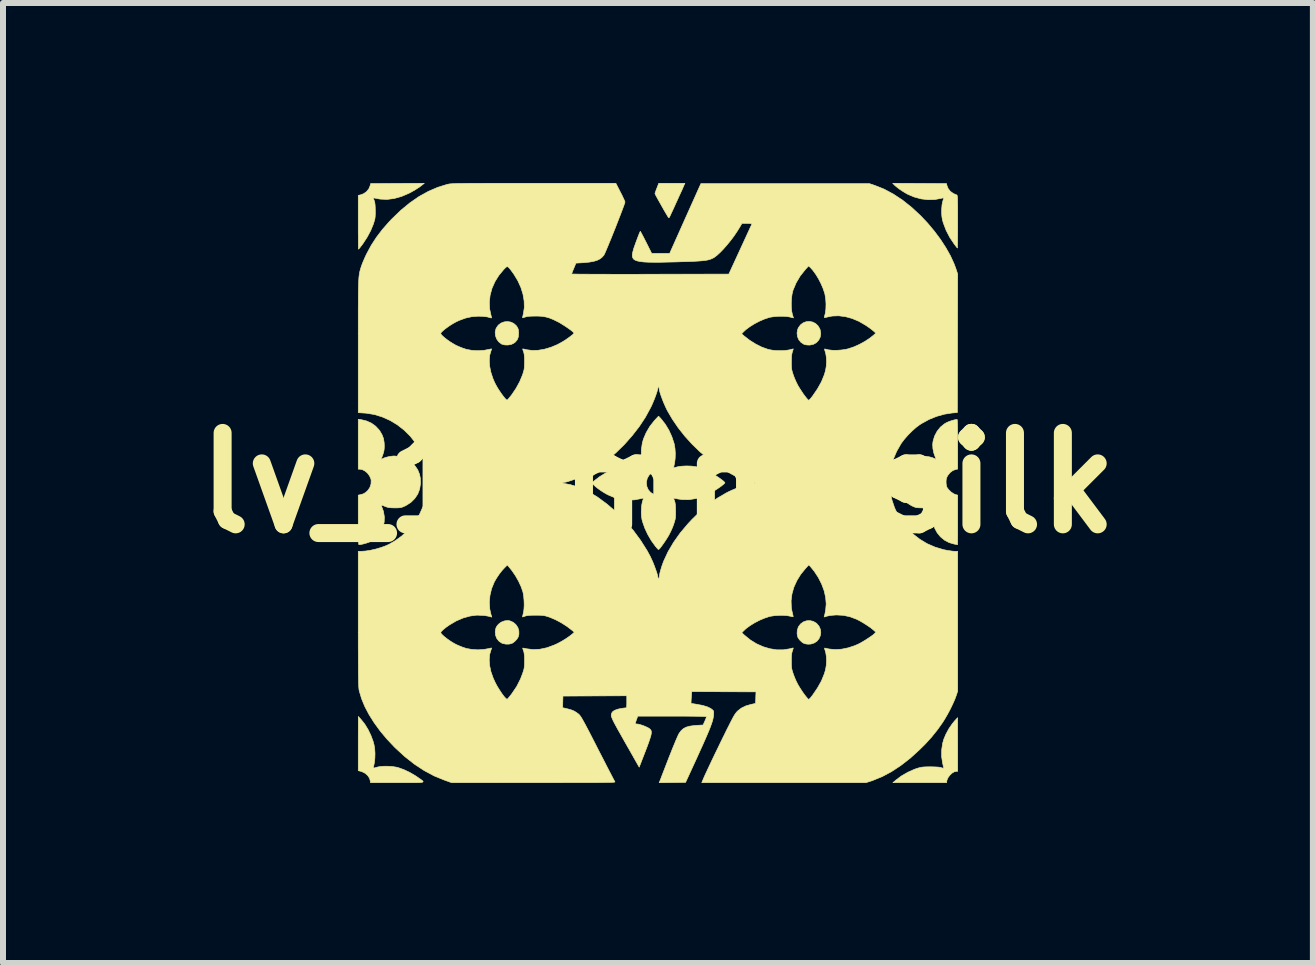
<source format=kicad_pcb>
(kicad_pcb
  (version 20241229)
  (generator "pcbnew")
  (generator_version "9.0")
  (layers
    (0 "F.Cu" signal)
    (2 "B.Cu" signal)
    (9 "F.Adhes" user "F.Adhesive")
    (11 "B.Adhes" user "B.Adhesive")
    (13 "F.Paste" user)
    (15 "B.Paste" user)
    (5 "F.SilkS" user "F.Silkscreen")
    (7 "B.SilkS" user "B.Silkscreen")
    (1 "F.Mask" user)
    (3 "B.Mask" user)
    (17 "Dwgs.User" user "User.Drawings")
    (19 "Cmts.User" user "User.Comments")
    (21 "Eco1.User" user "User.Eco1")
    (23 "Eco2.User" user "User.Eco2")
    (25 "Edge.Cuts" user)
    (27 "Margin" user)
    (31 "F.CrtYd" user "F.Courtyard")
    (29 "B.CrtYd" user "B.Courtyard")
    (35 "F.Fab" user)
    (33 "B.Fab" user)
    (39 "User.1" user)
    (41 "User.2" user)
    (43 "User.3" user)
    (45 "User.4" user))
  (footprint "lv_10mm_silk"
    (layer "F.Cu")
    (at 7.918 5.001)
    (property "Reference" "lv_10mm_silk" (at 0 0 0) (layer "F.SilkS") (effects (font (size 1.524 1.524) (thickness 0.3))))
    (attr through_hole)
    (fp_poly (pts (xy -2.471 2.297) (xy -2.414 2.322) (xy -2.369 2.36) (xy -2.336 2.409) (xy -2.319 2.464) (xy -2.318 2.522) (xy -2.329 2.565) (xy -2.349 2.6) (xy -2.381 2.635) (xy -2.417 2.664) (xy -2.435 2.674) (xy -2.482 2.686) (xy -2.536 2.686) (xy -2.588 2.675) (xy -2.604 2.669) (xy -2.651 2.637) (xy -2.686 2.593) (xy -2.707 2.54) (xy -2.713 2.483) (xy -2.704 2.425) (xy -2.692 2.397) (xy -2.66 2.355) (xy -2.615 2.321) (xy -2.563 2.3) (xy -2.508 2.292) (xy -2.471 2.297)) (stroke (width 0.01) (type solid)) (fill yes) (layer "F.SilkS"))
    (fp_poly (pts (xy 2.577 -2.683) (xy 2.626 -2.659) (xy 2.666 -2.622) (xy 2.696 -2.573) (xy 2.704 -2.551) (xy 2.713 -2.489) (xy 2.704 -2.431) (xy 2.679 -2.381) (xy 2.641 -2.34) (xy 2.592 -2.312) (xy 2.533 -2.299) (xy 2.516 -2.299) (xy 2.479 -2.301) (xy 2.445 -2.308) (xy 2.433 -2.312) (xy 2.384 -2.344) (xy 2.347 -2.388) (xy 2.325 -2.441) (xy 2.318 -2.499) (xy 2.328 -2.557) (xy 2.341 -2.589) (xy 2.377 -2.637) (xy 2.421 -2.67) (xy 2.472 -2.689) (xy 2.525 -2.693) (xy 2.577 -2.683)) (stroke (width 0.01) (type solid)) (fill yes) (layer "F.SilkS"))
    (fp_poly (pts (xy -2.456 -2.683) (xy -2.405 -2.66) (xy -2.362 -2.622) (xy -2.351 -2.606) (xy -2.336 -2.58) (xy -2.327 -2.555) (xy -2.324 -2.523) (xy -2.323 -2.493) (xy -2.328 -2.434) (xy -2.345 -2.389) (xy -2.376 -2.351) (xy -2.406 -2.328) (xy -2.448 -2.309) (xy -2.499 -2.3) (xy -2.552 -2.301) (xy -2.599 -2.313) (xy -2.61 -2.318) (xy -2.656 -2.354) (xy -2.689 -2.401) (xy -2.709 -2.456) (xy -2.714 -2.514) (xy -2.701 -2.57) (xy -2.695 -2.583) (xy -2.662 -2.631) (xy -2.617 -2.665) (xy -2.565 -2.685) (xy -2.51 -2.691) (xy -2.456 -2.683)) (stroke (width 0.01) (type solid)) (fill yes) (layer "F.SilkS"))
    (fp_poly (pts (xy 2.589 2.307) (xy 2.64 2.337) (xy 2.645 2.341) (xy 2.684 2.387) (xy 2.707 2.439) (xy 2.714 2.492) (xy 2.706 2.545) (xy 2.685 2.594) (xy 2.652 2.635) (xy 2.607 2.666) (xy 2.552 2.684) (xy 2.513 2.687) (xy 2.477 2.685) (xy 2.444 2.677) (xy 2.433 2.674) (xy 2.399 2.652) (xy 2.365 2.62) (xy 2.338 2.584) (xy 2.329 2.565) (xy 2.319 2.514) (xy 2.322 2.457) (xy 2.338 2.405) (xy 2.341 2.397) (xy 2.377 2.35) (xy 2.423 2.316) (xy 2.477 2.297) (xy 2.533 2.294) (xy 2.589 2.307)) (stroke (width 0.01) (type solid)) (fill yes) (layer "F.SilkS"))
    (fp_poly (pts (xy 0.43 -4.954) (xy 0.419 -4.928) (xy 0.402 -4.889) (xy 0.38 -4.841) (xy 0.354 -4.785) (xy 0.327 -4.725) (xy 0.299 -4.664) (xy 0.272 -4.604) (xy 0.247 -4.549) (xy 0.224 -4.501) (xy 0.207 -4.463) (xy 0.195 -4.438) (xy 0.191 -4.429) (xy 0.182 -4.42) (xy 0.173 -4.428) (xy 0.163 -4.444) (xy 0.146 -4.472) (xy 0.123 -4.511) (xy 0.096 -4.557) (xy 0.068 -4.607) (xy 0.039 -4.659) (xy 0.011 -4.708) (xy -0.013 -4.752) (xy -0.033 -4.788) (xy -0.045 -4.813) (xy -0.05 -4.824) (xy -0.047 -4.838) (xy -0.037 -4.865) (xy -0.024 -4.901) (xy -0.018 -4.915) (xy 0.013 -4.996) (xy 0.449 -4.996) (xy 0.43 -4.954)) (stroke (width 0.01) (type solid)) (fill yes) (layer "F.SilkS"))
    (fp_poly (pts (xy 4.996 4.359) (xy 4.996 4.806) (xy 4.974 4.806) (xy 4.938 4.815) (xy 4.9 4.838) (xy 4.865 4.872) (xy 4.836 4.91) (xy 4.818 4.951) (xy 4.814 4.969) (xy 4.812 4.996) (xy 3.916 4.996) (xy 3.962 4.956) (xy 4.056 4.885) (xy 4.163 4.823) (xy 4.276 4.772) (xy 4.327 4.755) (xy 4.362 4.745) (xy 4.394 4.738) (xy 4.431 4.734) (xy 4.476 4.732) (xy 4.535 4.731) (xy 4.541 4.731) (xy 4.616 4.733) (xy 4.673 4.736) (xy 4.712 4.742) (xy 4.719 4.745) (xy 4.744 4.752) (xy 4.759 4.755) (xy 4.761 4.755) (xy 4.761 4.744) (xy 4.756 4.719) (xy 4.748 4.683) (xy 4.744 4.666) (xy 4.728 4.56) (xy 4.729 4.45) (xy 4.745 4.341) (xy 4.764 4.273) (xy 4.801 4.185) (xy 4.849 4.097) (xy 4.904 4.016) (xy 4.943 3.968) (xy 4.995 3.912) (xy 4.996 4.359)) (stroke (width 0.01) (type solid)) (fill yes) (layer "F.SilkS"))
    (fp_poly (pts (xy -4.948 3.944) (xy -4.888 4.019) (xy -4.833 4.109) (xy -4.786 4.206) (xy -4.749 4.305) (xy -4.733 4.364) (xy -4.722 4.431) (xy -4.717 4.507) (xy -4.719 4.585) (xy -4.726 4.656) (xy -4.732 4.685) (xy -4.739 4.718) (xy -4.743 4.742) (xy -4.744 4.752) (xy -4.733 4.751) (xy -4.71 4.745) (xy -4.691 4.739) (xy -4.64 4.728) (xy -4.576 4.722) (xy -4.505 4.722) (xy -4.433 4.726) (xy -4.367 4.736) (xy -4.332 4.744) (xy -4.237 4.778) (xy -4.139 4.824) (xy -4.045 4.879) (xy -4.008 4.904) (xy -3.977 4.926) (xy -3.95 4.944) (xy -3.931 4.959) (xy -3.918 4.97) (xy -3.915 4.979) (xy -3.922 4.986) (xy -3.94 4.991) (xy -3.971 4.994) (xy -4.016 4.995) (xy -4.076 4.996) (xy -4.152 4.996) (xy -4.247 4.996) (xy -4.342 4.996) (xy -4.792 4.996) (xy -4.794 4.971) (xy -4.808 4.922) (xy -4.838 4.877) (xy -4.881 4.839) (xy -4.935 4.812) (xy -4.969 4.802) (xy -4.996 4.796) (xy -4.996 4.344) (xy -4.995 3.892) (xy -4.948 3.944)) (stroke (width 0.01) (type solid)) (fill yes) (layer "F.SilkS"))
    (fp_poly (pts (xy -3.924 -4.973) (xy -3.976 -4.933) (xy -4.041 -4.891) (xy -4.11 -4.851) (xy -4.152 -4.829) (xy -4.276 -4.776) (xy -4.398 -4.742) (xy -4.515 -4.727) (xy -4.629 -4.732) (xy -4.676 -4.74) (xy -4.71 -4.747) (xy -4.734 -4.751) (xy -4.744 -4.752) (xy -4.742 -4.742) (xy -4.735 -4.72) (xy -4.729 -4.705) (xy -4.721 -4.677) (xy -4.716 -4.641) (xy -4.713 -4.593) (xy -4.712 -4.536) (xy -4.712 -4.482) (xy -4.714 -4.441) (xy -4.718 -4.407) (xy -4.726 -4.375) (xy -4.738 -4.336) (xy -4.745 -4.314) (xy -4.788 -4.209) (xy -4.845 -4.102) (xy -4.913 -3.997) (xy -4.933 -3.969) (xy -4.958 -3.937) (xy -4.977 -3.913) (xy -4.99 -3.899) (xy -4.992 -3.897) (xy -4.993 -3.907) (xy -4.994 -3.934) (xy -4.994 -3.978) (xy -4.995 -4.036) (xy -4.995 -4.105) (xy -4.996 -4.185) (xy -4.996 -4.272) (xy -4.996 -4.346) (xy -4.996 -4.795) (xy -4.964 -4.801) (xy -4.907 -4.822) (xy -4.857 -4.857) (xy -4.82 -4.903) (xy -4.798 -4.955) (xy -4.797 -4.96) (xy -4.79 -4.991) (xy -4.343 -4.994) (xy -3.895 -4.996) (xy -3.924 -4.973)) (stroke (width 0.01) (type solid)) (fill yes) (layer "F.SilkS"))
    (fp_poly (pts (xy 4.362 -4.994) (xy 4.81 -4.991) (xy 4.817 -4.958) (xy 4.838 -4.906) (xy 4.875 -4.86) (xy 4.926 -4.824) (xy 4.979 -4.802) (xy 4.983 -4.8) (xy 4.986 -4.794) (xy 4.989 -4.784) (xy 4.991 -4.767) (xy 4.993 -4.742) (xy 4.994 -4.707) (xy 4.995 -4.66) (xy 4.996 -4.6) (xy 4.996 -4.524) (xy 4.996 -4.431) (xy 4.996 -4.357) (xy 4.996 -4.265) (xy 4.996 -4.18) (xy 4.995 -4.103) (xy 4.995 -4.037) (xy 4.994 -3.984) (xy 4.993 -3.944) (xy 4.993 -3.922) (xy 4.992 -3.917) (xy 4.984 -3.924) (xy 4.968 -3.944) (xy 4.947 -3.972) (xy 4.941 -3.979) (xy 4.864 -4.094) (xy 4.802 -4.214) (xy 4.756 -4.336) (xy 4.74 -4.393) (xy 4.732 -4.446) (xy 4.728 -4.508) (xy 4.73 -4.574) (xy 4.735 -4.636) (xy 4.745 -4.687) (xy 4.75 -4.705) (xy 4.759 -4.732) (xy 4.763 -4.749) (xy 4.763 -4.753) (xy 4.752 -4.752) (xy 4.73 -4.747) (xy 4.726 -4.746) (xy 4.616 -4.725) (xy 4.502 -4.722) (xy 4.385 -4.736) (xy 4.269 -4.768) (xy 4.167 -4.811) (xy 4.122 -4.836) (xy 4.072 -4.867) (xy 4.022 -4.901) (xy 3.979 -4.934) (xy 3.947 -4.961) (xy 3.942 -4.966) (xy 3.913 -4.996) (xy 4.362 -4.994)) (stroke (width 0.01) (type solid)) (fill yes) (layer "F.SilkS"))
    (fp_poly (pts (xy -4.945 -1.055) (xy -4.859 -1.034) (xy -4.778 -0.998) (xy -4.707 -0.947) (xy -4.649 -0.885) (xy -4.638 -0.87) (xy -4.599 -0.803) (xy -4.575 -0.739) (xy -4.564 -0.669) (xy -4.562 -0.62) (xy -4.563 -0.578) (xy -4.567 -0.543) (xy -4.575 -0.508) (xy -4.588 -0.467) (xy -4.608 -0.416) (xy -4.612 -0.405) (xy -4.616 -0.391) (xy -4.609 -0.393) (xy -4.606 -0.396) (xy -4.576 -0.413) (xy -4.532 -0.428) (xy -4.481 -0.44) (xy -4.428 -0.448) (xy -4.393 -0.45) (xy -4.298 -0.44) (xy -4.211 -0.414) (xy -4.134 -0.37) (xy -4.068 -0.31) (xy -4.015 -0.235) (xy -4.002 -0.213) (xy -3.975 -0.146) (xy -3.961 -0.079) (xy -3.958 -0.004) (xy -3.959 0.013) (xy -3.973 0.103) (xy -4.005 0.186) (xy -4.055 0.26) (xy -4.119 0.323) (xy -4.198 0.374) (xy -4.205 0.378) (xy -4.24 0.394) (xy -4.268 0.405) (xy -4.294 0.411) (xy -4.325 0.414) (xy -4.368 0.415) (xy -4.386 0.415) (xy -4.437 0.414) (xy -4.475 0.411) (xy -4.505 0.406) (xy -4.535 0.396) (xy -4.555 0.388) (xy -4.588 0.375) (xy -4.606 0.37) (xy -4.612 0.372) (xy -4.611 0.378) (xy -4.576 0.474) (xy -4.561 0.565) (xy -4.564 0.652) (xy -4.585 0.737) (xy -4.601 0.776) (xy -4.63 0.825) (xy -4.671 0.876) (xy -4.719 0.924) (xy -4.768 0.962) (xy -4.786 0.973) (xy -4.82 0.988) (xy -4.864 1.003) (xy -4.911 1.016) (xy -4.955 1.026) (xy -4.984 1.029) (xy -4.987 1.025) (xy -4.989 1.012) (xy -4.992 0.988) (xy -4.993 0.953) (xy -4.994 0.904) (xy -4.995 0.839) (xy -4.996 0.759) (xy -4.996 0.66) (xy -4.996 0.616) (xy -4.996 0.202) (xy -4.959 0.195) (xy -4.911 0.181) (xy -4.871 0.157) (xy -4.834 0.122) (xy -4.801 0.072) (xy -4.783 0.016) (xy -4.781 -0.042) (xy -4.785 -0.066) (xy -4.807 -0.117) (xy -4.841 -0.163) (xy -4.883 -0.199) (xy -4.929 -0.223) (xy -4.969 -0.23) (xy -4.996 -0.23) (xy -4.996 -1.062) (xy -4.945 -1.055)) (stroke (width 0.01) (type solid)) (fill yes) (layer "F.SilkS"))
    (fp_poly (pts (xy 4.989 -1.049) (xy 4.991 -1.021) (xy 4.993 -0.974) (xy 4.994 -0.912) (xy 4.995 -0.833) (xy 4.996 -0.741) (xy 4.996 -0.646) (xy 4.996 -0.232) (xy 4.964 -0.226) (xy 4.914 -0.207) (xy 4.868 -0.172) (xy 4.831 -0.125) (xy 4.829 -0.123) (xy 4.812 -0.088) (xy 4.804 -0.055) (xy 4.802 -0.015) (xy 4.805 0.026) (xy 4.813 0.062) (xy 4.819 0.076) (xy 4.846 0.113) (xy 4.884 0.149) (xy 4.926 0.178) (xy 4.955 0.191) (xy 4.996 0.203) (xy 4.996 0.616) (xy 4.996 0.705) (xy 4.996 0.787) (xy 4.996 0.86) (xy 4.995 0.923) (xy 4.995 0.973) (xy 4.994 1.008) (xy 4.994 1.026) (xy 4.994 1.028) (xy 4.983 1.026) (xy 4.959 1.022) (xy 4.937 1.018) (xy 4.854 0.994) (xy 4.778 0.954) (xy 4.71 0.898) (xy 4.654 0.83) (xy 4.612 0.752) (xy 4.586 0.667) (xy 4.585 0.663) (xy 4.578 0.599) (xy 4.582 0.535) (xy 4.598 0.466) (xy 4.627 0.388) (xy 4.631 0.378) (xy 4.632 0.37) (xy 4.623 0.37) (xy 4.601 0.377) (xy 4.575 0.388) (xy 4.542 0.401) (xy 4.513 0.408) (xy 4.48 0.413) (xy 4.438 0.414) (xy 4.406 0.415) (xy 4.358 0.414) (xy 4.323 0.412) (xy 4.296 0.408) (xy 4.27 0.398) (xy 4.238 0.384) (xy 4.225 0.378) (xy 4.146 0.328) (xy 4.081 0.265) (xy 4.03 0.193) (xy 3.996 0.112) (xy 3.978 0.025) (xy 3.979 -0.065) (xy 3.996 -0.148) (xy 4.029 -0.225) (xy 4.078 -0.296) (xy 4.139 -0.357) (xy 4.209 -0.405) (xy 4.279 -0.435) (xy 4.334 -0.445) (xy 4.396 -0.449) (xy 4.461 -0.445) (xy 4.523 -0.436) (xy 4.577 -0.421) (xy 4.619 -0.402) (xy 4.626 -0.396) (xy 4.635 -0.39) (xy 4.634 -0.399) (xy 4.632 -0.405) (xy 4.6 -0.493) (xy 4.583 -0.571) (xy 4.579 -0.644) (xy 4.585 -0.694) (xy 4.611 -0.782) (xy 4.653 -0.862) (xy 4.708 -0.931) (xy 4.776 -0.986) (xy 4.812 -1.007) (xy 4.852 -1.024) (xy 4.898 -1.04) (xy 4.942 -1.052) (xy 4.978 -1.059) (xy 4.987 -1.059) (xy 4.989 -1.049)) (stroke (width 0.01) (type solid)) (fill yes) (layer "F.SilkS"))
    (fp_poly (pts (xy 0.056 -1.064) (xy 0.122 -0.979) (xy 0.182 -0.88) (xy 0.231 -0.772) (xy 0.268 -0.661) (xy 0.27 -0.653) (xy 0.283 -0.58) (xy 0.289 -0.498) (xy 0.287 -0.415) (xy 0.278 -0.339) (xy 0.274 -0.321) (xy 0.267 -0.288) (xy 0.263 -0.264) (xy 0.263 -0.254) (xy 0.273 -0.255) (xy 0.296 -0.261) (xy 0.315 -0.267) (xy 0.363 -0.277) (xy 0.429 -0.282) (xy 0.48 -0.284) (xy 0.563 -0.281) (xy 0.639 -0.27) (xy 0.713 -0.25) (xy 0.792 -0.219) (xy 0.846 -0.193) (xy 0.884 -0.173) (xy 0.927 -0.147) (xy 0.972 -0.117) (xy 1.017 -0.087) (xy 1.057 -0.058) (xy 1.089 -0.033) (xy 1.11 -0.013) (xy 1.116 -0.005) (xy 1.11 0.006) (xy 1.089 0.025) (xy 1.058 0.05) (xy 1.019 0.078) (xy 0.974 0.108) (xy 0.928 0.136) (xy 0.882 0.162) (xy 0.869 0.169) (xy 0.746 0.224) (xy 0.629 0.26) (xy 0.516 0.278) (xy 0.406 0.277) (xy 0.33 0.266) (xy 0.297 0.259) (xy 0.272 0.255) (xy 0.262 0.254) (xy 0.264 0.264) (xy 0.271 0.286) (xy 0.277 0.301) (xy 0.285 0.329) (xy 0.29 0.365) (xy 0.293 0.413) (xy 0.294 0.47) (xy 0.294 0.524) (xy 0.292 0.565) (xy 0.288 0.599) (xy 0.28 0.631) (xy 0.268 0.67) (xy 0.261 0.692) (xy 0.24 0.747) (xy 0.213 0.807) (xy 0.185 0.862) (xy 0.177 0.877) (xy 0.151 0.92) (xy 0.122 0.965) (xy 0.092 1.009) (xy 0.063 1.049) (xy 0.039 1.081) (xy 0.02 1.102) (xy 0.009 1.109) (xy -0.001 1.102) (xy -0.019 1.083) (xy -0.042 1.055) (xy -0.045 1.052) (xy -0.112 0.959) (xy -0.171 0.857) (xy -0.22 0.752) (xy -0.256 0.649) (xy -0.266 0.613) (xy -0.274 0.56) (xy -0.278 0.498) (xy -0.276 0.432) (xy -0.271 0.37) (xy -0.261 0.319) (xy -0.256 0.301) (xy -0.247 0.274) (xy -0.243 0.257) (xy -0.243 0.253) (xy -0.254 0.254) (xy -0.276 0.259) (xy -0.28 0.26) (xy -0.39 0.281) (xy -0.504 0.285) (xy -0.621 0.27) (xy -0.737 0.239) (xy -0.839 0.195) (xy -0.889 0.167) (xy -0.943 0.133) (xy -0.995 0.097) (xy -1.04 0.061) (xy -1.069 0.035) (xy -1.102 0.001) (xy -0.193 0.001) (xy -0.184 0.063) (xy -0.16 0.115) (xy -0.123 0.157) (xy -0.076 0.186) (xy -0.022 0.202) (xy 0.036 0.202) (xy 0.095 0.185) (xy 0.117 0.174) (xy 0.163 0.136) (xy 0.196 0.086) (xy 0.212 0.027) (xy 0.213 0.001) (xy 0.204 -0.062) (xy 0.179 -0.116) (xy 0.139 -0.159) (xy 0.088 -0.189) (xy 0.027 -0.202) (xy 0.01 -0.203) (xy -0.053 -0.194) (xy -0.107 -0.168) (xy -0.149 -0.129) (xy -0.179 -0.077) (xy -0.192 -0.016) (xy -0.193 0.001) (xy -1.102 0.001) (xy -1.104 -0.001) (xy -1.064 -0.035) (xy -0.974 -0.104) (xy -0.874 -0.166) (xy -0.769 -0.216) (xy -0.666 -0.252) (xy -0.633 -0.261) (xy -0.583 -0.271) (xy -0.539 -0.277) (xy -0.494 -0.279) (xy -0.439 -0.278) (xy -0.427 -0.277) (xy -0.378 -0.274) (xy -0.333 -0.269) (xy -0.298 -0.264) (xy -0.282 -0.26) (xy -0.259 -0.252) (xy -0.246 -0.251) (xy -0.245 -0.251) (xy -0.246 -0.262) (xy -0.25 -0.287) (xy -0.258 -0.323) (xy -0.262 -0.34) (xy -0.278 -0.446) (xy -0.277 -0.556) (xy -0.261 -0.665) (xy -0.242 -0.733) (xy -0.196 -0.84) (xy -0.135 -0.944) (xy -0.062 -1.037) (xy -0.053 -1.047) (xy 0.01 -1.114) (xy 0.056 -1.064)) (stroke (width 0.01) (type solid)) (fill yes) (layer "F.SilkS"))
    (fp_poly (pts (xy -0.626 -4.847) (xy -0.6 -4.797) (xy -0.579 -4.752) (xy -0.562 -4.716) (xy -0.552 -4.692) (xy -0.55 -4.684) (xy -0.553 -4.669) (xy -0.564 -4.638) (xy -0.58 -4.594) (xy -0.601 -4.537) (xy -0.626 -4.472) (xy -0.654 -4.4) (xy -0.684 -4.323) (xy -0.715 -4.243) (xy -0.747 -4.164) (xy -0.778 -4.086) (xy -0.808 -4.014) (xy -0.835 -3.948) (xy -0.859 -3.891) (xy -0.878 -3.846) (xy -0.893 -3.815) (xy -0.9 -3.8) (xy -0.931 -3.764) (xy -0.968 -3.735) (xy -1.014 -3.712) (xy -1.071 -3.695) (xy -1.143 -3.682) (xy -1.231 -3.673) (xy -1.261 -3.671) (xy -1.367 -3.665) (xy -1.403 -3.578) (xy -1.419 -3.54) (xy -1.431 -3.508) (xy -1.438 -3.489) (xy -1.439 -3.484) (xy -1.429 -3.483) (xy -1.4 -3.483) (xy -1.354 -3.482) (xy -1.291 -3.481) (xy -1.213 -3.481) (xy -1.121 -3.48) (xy -1.016 -3.48) (xy -0.899 -3.48) (xy -0.771 -3.479) (xy -0.634 -3.479) (xy -0.489 -3.479) (xy -0.336 -3.479) (xy -0.178 -3.48) (xy -0.129 -3.48) (xy 1.181 -3.482) (xy 1.369 -3.89) (xy 1.408 -3.975) (xy 1.445 -4.055) (xy 1.478 -4.127) (xy 1.507 -4.19) (xy 1.531 -4.242) (xy 1.549 -4.281) (xy 1.56 -4.305) (xy 1.563 -4.313) (xy 1.562 -4.32) (xy 1.55 -4.324) (xy 1.525 -4.326) (xy 1.484 -4.327) (xy 1.4 -4.327) (xy 1.36 -4.259) (xy 1.315 -4.187) (xy 1.264 -4.112) (xy 1.208 -4.038) (xy 1.15 -3.967) (xy 1.093 -3.902) (xy 1.037 -3.844) (xy 0.986 -3.797) (xy 0.942 -3.763) (xy 0.918 -3.749) (xy 0.892 -3.737) (xy 0.866 -3.727) (xy 0.837 -3.719) (xy 0.803 -3.712) (xy 0.762 -3.707) (xy 0.713 -3.702) (xy 0.653 -3.698) (xy 0.58 -3.694) (xy 0.493 -3.691) (xy 0.389 -3.688) (xy 0.307 -3.685) (xy 0.163 -3.682) (xy 0.038 -3.679) (xy -0.069 -3.679) (xy -0.159 -3.68) (xy -0.235 -3.684) (xy -0.296 -3.691) (xy -0.343 -3.701) (xy -0.379 -3.714) (xy -0.405 -3.731) (xy -0.42 -3.753) (xy -0.428 -3.779) (xy -0.428 -3.809) (xy -0.421 -3.846) (xy -0.41 -3.887) (xy -0.404 -3.909) (xy -0.392 -3.943) (xy -0.377 -3.985) (xy -0.36 -4.032) (xy -0.342 -4.08) (xy -0.325 -4.124) (xy -0.311 -4.16) (xy -0.3 -4.185) (xy -0.295 -4.195) (xy -0.29 -4.188) (xy -0.277 -4.165) (xy -0.258 -4.129) (xy -0.234 -4.083) (xy -0.207 -4.03) (xy -0.198 -4.013) (xy -0.105 -3.827) (xy 0.195 -3.827) (xy 0.455 -4.409) (xy 0.716 -4.991) (xy 3.522 -4.991) (xy 3.607 -4.963) (xy 3.766 -4.9) (xy 3.923 -4.816) (xy 4.078 -4.714) (xy 4.232 -4.591) (xy 4.377 -4.456) (xy 4.497 -4.329) (xy 4.608 -4.196) (xy 4.71 -4.059) (xy 4.799 -3.922) (xy 4.875 -3.787) (xy 4.935 -3.656) (xy 4.965 -3.576) (xy 4.996 -3.482) (xy 4.991 -1.174) (xy 4.902 -1.167) (xy 4.776 -1.147) (xy 4.647 -1.111) (xy 4.52 -1.06) (xy 4.399 -0.994) (xy 4.364 -0.972) (xy 4.302 -0.926) (xy 4.236 -0.867) (xy 4.169 -0.8) (xy 4.109 -0.732) (xy 4.059 -0.666) (xy 4.052 -0.656) (xy 3.978 -0.526) (xy 3.922 -0.393) (xy 3.884 -0.257) (xy 3.863 -0.119) (xy 3.86 0.018) (xy 3.872 0.153) (xy 3.901 0.286) (xy 3.944 0.414) (xy 4.002 0.536) (xy 4.073 0.651) (xy 4.158 0.757) (xy 4.255 0.853) (xy 4.364 0.938) (xy 4.485 1.011) (xy 4.616 1.068) (xy 4.758 1.111) (xy 4.825 1.124) (xy 4.87 1.131) (xy 4.914 1.137) (xy 4.947 1.139) (xy 4.952 1.139) (xy 4.996 1.139) (xy 4.996 3.469) (xy 4.971 3.545) (xy 4.946 3.612) (xy 4.911 3.69) (xy 4.871 3.773) (xy 4.826 3.857) (xy 4.78 3.936) (xy 4.743 3.995) (xy 4.656 4.117) (xy 4.562 4.234) (xy 4.457 4.35) (xy 4.36 4.446) (xy 4.205 4.587) (xy 4.048 4.709) (xy 3.892 4.812) (xy 3.736 4.895) (xy 3.579 4.959) (xy 3.559 4.966) (xy 3.465 4.996) (xy 0.73 4.996) (xy 0.739 4.974) (xy 0.751 4.945) (xy 0.77 4.9) (xy 0.797 4.841) (xy 0.83 4.771) (xy 0.867 4.692) (xy 0.908 4.605) (xy 0.952 4.513) (xy 0.998 4.419) (xy 1.044 4.323) (xy 1.09 4.229) (xy 1.099 4.212) (xy 1.144 4.119) (xy 1.183 4.043) (xy 1.214 3.981) (xy 1.24 3.931) (xy 1.261 3.892) (xy 1.279 3.862) (xy 1.295 3.839) (xy 1.309 3.821) (xy 1.322 3.807) (xy 1.324 3.804) (xy 1.389 3.753) (xy 1.467 3.715) (xy 1.552 3.691) (xy 1.587 3.683) (xy 1.613 3.677) (xy 1.625 3.674) (xy 1.625 3.674) (xy 1.626 3.664) (xy 1.628 3.638) (xy 1.63 3.601) (xy 1.63 3.577) (xy 1.634 3.482) (xy 1.098 3.48) (xy 0.563 3.477) (xy 0.556 3.573) (xy 0.553 3.615) (xy 0.552 3.648) (xy 0.551 3.669) (xy 0.552 3.673) (xy 0.563 3.676) (xy 0.589 3.68) (xy 0.626 3.686) (xy 0.655 3.691) (xy 0.746 3.708) (xy 0.821 3.731) (xy 0.878 3.758) (xy 0.901 3.775) (xy 0.917 3.789) (xy 0.926 3.803) (xy 0.929 3.821) (xy 0.928 3.85) (xy 0.927 3.871) (xy 0.923 3.9) (xy 0.917 3.932) (xy 0.908 3.968) (xy 0.894 4.01) (xy 0.876 4.06) (xy 0.853 4.119) (xy 0.824 4.188) (xy 0.789 4.269) (xy 0.747 4.364) (xy 0.697 4.474) (xy 0.65 4.578) (xy 0.46 4.991) (xy 0.24 4.994) (xy 0.02 4.996) (xy 0.029 4.974) (xy 0.035 4.96) (xy 0.047 4.929) (xy 0.064 4.884) (xy 0.086 4.827) (xy 0.112 4.76) (xy 0.141 4.685) (xy 0.172 4.605) (xy 0.179 4.586) (xy 0.212 4.504) (xy 0.243 4.425) (xy 0.273 4.353) (xy 0.299 4.289) (xy 0.322 4.237) (xy 0.339 4.198) (xy 0.351 4.176) (xy 0.352 4.174) (xy 0.385 4.13) (xy 0.422 4.096) (xy 0.466 4.072) (xy 0.522 4.055) (xy 0.592 4.045) (xy 0.648 4.04) (xy 0.752 4.034) (xy 0.781 3.97) (xy 0.795 3.937) (xy 0.805 3.911) (xy 0.809 3.897) (xy 0.809 3.897) (xy 0.8 3.895) (xy 0.77 3.892) (xy 0.721 3.891) (xy 0.653 3.889) (xy 0.564 3.888) (xy 0.456 3.887) (xy 0.328 3.887) (xy 0.236 3.887) (xy -0.337 3.887) (xy -0.358 3.945) (xy -0.371 3.982) (xy -0.377 4.003) (xy -0.376 4.013) (xy -0.368 4.017) (xy -0.354 4.017) (xy -0.323 4.021) (xy -0.28 4.033) (xy -0.234 4.049) (xy -0.19 4.068) (xy -0.155 4.086) (xy -0.138 4.098) (xy -0.12 4.117) (xy -0.112 4.135) (xy -0.111 4.159) (xy -0.112 4.179) (xy -0.118 4.209) (xy -0.132 4.256) (xy -0.153 4.319) (xy -0.182 4.398) (xy -0.215 4.484) (xy -0.313 4.737) (xy -0.462 4.474) (xy -0.527 4.36) (xy -0.583 4.261) (xy -0.63 4.177) (xy -0.67 4.107) (xy -0.702 4.048) (xy -0.728 4) (xy -0.747 3.962) (xy -0.761 3.931) (xy -0.771 3.907) (xy -0.777 3.888) (xy -0.779 3.873) (xy -0.778 3.86) (xy -0.775 3.849) (xy -0.771 3.837) (xy -0.769 3.832) (xy -0.75 3.807) (xy -0.713 3.786) (xy -0.66 3.768) (xy -0.603 3.757) (xy -0.568 3.752) (xy -0.541 3.749) (xy -0.527 3.747) (xy -0.527 3.747) (xy -0.524 3.738) (xy -0.521 3.713) (xy -0.52 3.676) (xy -0.52 3.647) (xy -0.52 3.547) (xy -1.584 3.552) (xy -1.587 3.649) (xy -1.589 3.746) (xy -1.562 3.752) (xy -1.495 3.768) (xy -1.443 3.783) (xy -1.401 3.8) (xy -1.363 3.823) (xy -1.325 3.851) (xy -1.322 3.853) (xy -1.313 3.862) (xy -1.303 3.873) (xy -1.291 3.89) (xy -1.276 3.912) (xy -1.259 3.941) (xy -1.238 3.979) (xy -1.212 4.026) (xy -1.181 4.085) (xy -1.143 4.157) (xy -1.099 4.243) (xy -1.047 4.344) (xy -1.004 4.429) (xy -0.954 4.526) (xy -0.907 4.617) (xy -0.863 4.703) (xy -0.824 4.779) (xy -0.789 4.846) (xy -0.76 4.902) (xy -0.738 4.944) (xy -0.723 4.972) (xy -0.717 4.983) (xy -0.717 4.984) (xy -0.719 4.985) (xy -0.729 4.987) (xy -0.747 4.989) (xy -0.774 4.99) (xy -0.812 4.991) (xy -0.861 4.992) (xy -0.922 4.993) (xy -0.995 4.994) (xy -1.082 4.994) (xy -1.184 4.995) (xy -1.3 4.995) (xy -1.433 4.995) (xy -1.582 4.995) (xy -1.75 4.996) (xy -1.935 4.996) (xy -2.075 4.996) (xy -3.442 4.995) (xy -3.562 4.952) (xy -3.731 4.883) (xy -3.897 4.794) (xy -4.06 4.687) (xy -4.221 4.56) (xy -4.38 4.414) (xy -4.397 4.397) (xy -4.52 4.266) (xy -4.632 4.132) (xy -4.731 3.996) (xy -4.816 3.861) (xy -4.886 3.728) (xy -4.94 3.598) (xy -4.977 3.474) (xy -4.982 3.454) (xy -4.984 3.441) (xy -4.986 3.422) (xy -4.988 3.398) (xy -4.989 3.367) (xy -4.991 3.327) (xy -4.992 3.279) (xy -4.993 3.22) (xy -4.994 3.15) (xy -4.994 3.067) (xy -4.995 2.971) (xy -4.995 2.86) (xy -4.996 2.733) (xy -4.996 2.59) (xy -4.996 2.493) (xy -3.622 2.493) (xy -3.614 2.51) (xy -3.592 2.534) (xy -3.558 2.564) (xy -3.517 2.596) (xy -3.471 2.629) (xy -3.423 2.66) (xy -3.376 2.686) (xy -3.363 2.693) (xy -3.313 2.715) (xy -3.258 2.737) (xy -3.207 2.754) (xy -3.192 2.759) (xy -3.099 2.775) (xy -2.998 2.781) (xy -2.897 2.774) (xy -2.803 2.757) (xy -2.786 2.752) (xy -2.775 2.75) (xy -2.774 2.757) (xy -2.781 2.777) (xy -2.783 2.782) (xy -2.806 2.86) (xy -2.813 2.949) (xy -2.806 3.045) (xy -2.784 3.147) (xy -2.747 3.252) (xy -2.715 3.322) (xy -2.688 3.374) (xy -2.657 3.426) (xy -2.624 3.477) (xy -2.593 3.523) (xy -2.564 3.561) (xy -2.539 3.588) (xy -2.521 3.603) (xy -2.514 3.604) (xy -2.504 3.596) (xy -2.485 3.574) (xy -2.46 3.543) (xy -2.438 3.515) (xy -2.356 3.394) (xy -2.292 3.268) (xy -2.257 3.177) (xy -2.243 3.134) (xy -2.233 3.099) (xy -2.228 3.065) (xy -2.225 3.026) (xy -2.224 2.975) (xy -2.224 2.963) (xy -2.225 2.9) (xy -2.229 2.852) (xy -2.235 2.817) (xy -2.241 2.798) (xy -2.25 2.772) (xy -2.255 2.755) (xy -2.255 2.752) (xy -2.245 2.753) (xy -2.221 2.757) (xy -2.188 2.764) (xy -2.08 2.777) (xy -1.967 2.771) (xy -1.85 2.746) (xy -1.729 2.701) (xy -1.674 2.676) (xy -1.605 2.639) (xy -1.536 2.597) (xy -1.474 2.554) (xy -1.429 2.519) (xy -1.403 2.496) (xy 1.397 2.496) (xy 1.444 2.539) (xy 1.54 2.617) (xy 1.644 2.681) (xy 1.754 2.73) (xy 1.866 2.763) (xy 1.979 2.781) (xy 2.09 2.781) (xy 2.196 2.764) (xy 2.218 2.758) (xy 2.241 2.752) (xy 2.254 2.751) (xy 2.255 2.751) (xy 2.253 2.761) (xy 2.246 2.783) (xy 2.241 2.798) (xy 2.232 2.828) (xy 2.227 2.866) (xy 2.224 2.918) (xy 2.224 2.968) (xy 2.224 3.022) (xy 2.226 3.063) (xy 2.23 3.097) (xy 2.238 3.129) (xy 2.25 3.167) (xy 2.257 3.187) (xy 2.277 3.241) (xy 2.302 3.299) (xy 2.328 3.351) (xy 2.335 3.364) (xy 2.36 3.406) (xy 2.389 3.451) (xy 2.419 3.496) (xy 2.449 3.537) (xy 2.476 3.571) (xy 2.497 3.595) (xy 2.511 3.607) (xy 2.513 3.607) (xy 2.524 3.6) (xy 2.543 3.58) (xy 2.566 3.551) (xy 2.575 3.54) (xy 2.659 3.417) (xy 2.725 3.299) (xy 2.773 3.181) (xy 2.793 3.113) (xy 2.805 3.043) (xy 2.81 2.968) (xy 2.807 2.894) (xy 2.797 2.829) (xy 2.79 2.805) (xy 2.78 2.772) (xy 2.777 2.755) (xy 2.782 2.751) (xy 2.784 2.752) (xy 2.801 2.756) (xy 2.83 2.763) (xy 2.865 2.769) (xy 2.96 2.777) (xy 3.063 2.77) (xy 3.17 2.748) (xy 3.276 2.713) (xy 3.326 2.692) (xy 3.367 2.672) (xy 3.414 2.645) (xy 3.465 2.614) (xy 3.514 2.582) (xy 3.558 2.552) (xy 3.593 2.526) (xy 3.612 2.508) (xy 3.632 2.486) (xy 3.592 2.451) (xy 3.548 2.415) (xy 3.491 2.376) (xy 3.429 2.336) (xy 3.367 2.3) (xy 3.313 2.272) (xy 3.201 2.23) (xy 3.09 2.206) (xy 2.975 2.2) (xy 2.958 2.201) (xy 2.905 2.205) (xy 2.858 2.211) (xy 2.82 2.219) (xy 2.809 2.222) (xy 2.783 2.231) (xy 2.772 2.233) (xy 2.77 2.227) (xy 2.773 2.221) (xy 2.778 2.203) (xy 2.785 2.172) (xy 2.792 2.132) (xy 2.795 2.118) (xy 2.804 2.016) (xy 2.795 1.908) (xy 2.77 1.797) (xy 2.729 1.686) (xy 2.674 1.577) (xy 2.606 1.473) (xy 2.549 1.403) (xy 2.515 1.365) (xy 2.462 1.422) (xy 2.38 1.522) (xy 2.315 1.628) (xy 2.265 1.738) (xy 2.233 1.851) (xy 2.219 1.964) (xy 2.223 2.075) (xy 2.233 2.134) (xy 2.242 2.172) (xy 2.249 2.204) (xy 2.254 2.222) (xy 2.255 2.224) (xy 2.251 2.229) (xy 2.23 2.227) (xy 2.206 2.221) (xy 2.152 2.211) (xy 2.085 2.206) (xy 2.012 2.207) (xy 1.94 2.212) (xy 1.874 2.222) (xy 1.854 2.227) (xy 1.776 2.253) (xy 1.693 2.288) (xy 1.612 2.33) (xy 1.536 2.377) (xy 1.47 2.425) (xy 1.43 2.462) (xy 1.397 2.496) (xy -1.403 2.496) (xy -1.394 2.488) (xy -1.429 2.458) (xy -1.515 2.392) (xy -1.612 2.33) (xy -1.712 2.277) (xy -1.81 2.236) (xy -1.839 2.227) (xy -1.875 2.216) (xy -1.91 2.209) (xy -1.948 2.206) (xy -1.996 2.204) (xy -2.043 2.204) (xy -2.11 2.205) (xy -2.16 2.208) (xy -2.197 2.214) (xy -2.216 2.22) (xy -2.241 2.229) (xy -2.256 2.233) (xy -2.258 2.233) (xy -2.256 2.222) (xy -2.251 2.197) (xy -2.243 2.164) (xy -2.242 2.161) (xy -2.234 2.106) (xy -2.23 2.039) (xy -2.232 1.966) (xy -2.238 1.894) (xy -2.248 1.832) (xy -2.252 1.814) (xy -2.281 1.73) (xy -2.323 1.639) (xy -2.374 1.549) (xy -2.432 1.464) (xy -2.466 1.421) (xy -2.511 1.367) (xy -2.56 1.416) (xy -2.602 1.462) (xy -2.647 1.52) (xy -2.689 1.583) (xy -2.724 1.642) (xy -2.73 1.654) (xy -2.774 1.762) (xy -2.801 1.876) (xy -2.811 1.99) (xy -2.804 2.102) (xy -2.784 2.191) (xy -2.77 2.236) (xy -2.802 2.227) (xy -2.827 2.221) (xy -2.864 2.214) (xy -2.906 2.208) (xy -2.91 2.208) (xy -3.019 2.203) (xy -3.132 2.218) (xy -3.247 2.25) (xy -3.362 2.299) (xy -3.474 2.365) (xy -3.533 2.406) (xy -3.578 2.443) (xy -3.608 2.471) (xy -3.621 2.49) (xy -3.622 2.493) (xy -4.996 2.493) (xy -4.996 2.429) (xy -4.996 2.263) (xy -4.996 1.139) (xy -4.942 1.139) (xy -4.871 1.134) (xy -4.789 1.121) (xy -4.701 1.101) (xy -4.614 1.075) (xy -4.534 1.046) (xy -4.484 1.023) (xy -4.378 0.961) (xy -4.273 0.885) (xy -4.176 0.797) (xy -4.092 0.704) (xy -4.049 0.647) (xy -3.974 0.521) (xy -3.913 0.385) (xy -3.87 0.244) (xy -3.844 0.099) (xy -3.838 -0.002) (xy -1.589 -0.002) (xy -1.577 0.004) (xy -1.553 0.011) (xy -1.534 0.014) (xy -1.463 0.027) (xy -1.38 0.052) (xy -1.29 0.086) (xy -1.198 0.128) (xy -1.106 0.176) (xy -1.019 0.228) (xy -1.004 0.238) (xy -0.847 0.354) (xy -0.694 0.486) (xy -0.549 0.632) (xy -0.413 0.789) (xy -0.291 0.954) (xy -0.184 1.123) (xy -0.128 1.226) (xy -0.105 1.276) (xy -0.08 1.332) (xy -0.057 1.391) (xy -0.036 1.449) (xy -0.018 1.501) (xy -0.006 1.544) (xy -0.000217 1.574) (xy 0 1.579) (xy 0.004 1.595) (xy 0.01 1.599) (xy 0.017 1.59) (xy 0.02 1.573) (xy 0.024 1.541) (xy 0.033 1.496) (xy 0.048 1.441) (xy 0.066 1.383) (xy 0.087 1.325) (xy 0.095 1.303) (xy 0.168 1.146) (xy 0.261 0.988) (xy 0.372 0.832) (xy 0.501 0.679) (xy 0.569 0.606) (xy 0.709 0.47) (xy 0.849 0.353) (xy 0.991 0.252) (xy 1.138 0.166) (xy 1.173 0.148) (xy 1.233 0.12) (xy 1.3 0.092) (xy 1.37 0.066) (xy 1.439 0.044) (xy 1.5 0.026) (xy 1.549 0.015) (xy 1.556 0.014) (xy 1.586 0.009) (xy 1.605 0.004) (xy 1.609 0.001) (xy 1.6 -0.005) (xy 1.576 -0.013) (xy 1.543 -0.022) (xy 1.539 -0.023) (xy 1.401 -0.068) (xy 1.26 -0.13) (xy 1.117 -0.208) (xy 0.975 -0.3) (xy 0.835 -0.405) (xy 0.7 -0.52) (xy 0.571 -0.645) (xy 0.45 -0.778) (xy 0.34 -0.917) (xy 0.242 -1.06) (xy 0.157 -1.205) (xy 0.143 -1.233) (xy 0.118 -1.287) (xy 0.092 -1.346) (xy 0.069 -1.406) (xy 0.048 -1.463) (xy 0.032 -1.513) (xy 0.022 -1.552) (xy 0.02 -1.572) (xy 0.016 -1.594) (xy 0.01 -1.604) (xy 0.002 -1.601) (xy 0 -1.59) (xy -0.004 -1.564) (xy -0.016 -1.522) (xy -0.033 -1.471) (xy -0.055 -1.412) (xy -0.08 -1.35) (xy -0.107 -1.288) (xy -0.124 -1.254) (xy -0.209 -1.097) (xy -0.312 -0.941) (xy -0.43 -0.789) (xy -0.559 -0.643) (xy -0.699 -0.506) (xy -0.846 -0.38) (xy -0.999 -0.268) (xy -1.154 -0.172) (xy -1.253 -0.12) (xy -1.31 -0.094) (xy -1.371 -0.069) (xy -1.431 -0.047) (xy -1.486 -0.029) (xy -1.532 -0.016) (xy -1.565 -0.01) (xy -1.57 -0.01) (xy -1.588 -0.008) (xy -1.589 -0.002) (xy -3.838 -0.002) (xy -3.837 -0.025) (xy -3.843 -0.126) (xy -3.862 -0.235) (xy -3.89 -0.346) (xy -3.926 -0.453) (xy -3.967 -0.544) (xy -4.041 -0.668) (xy -4.13 -0.781) (xy -4.232 -0.882) (xy -4.345 -0.97) (xy -4.466 -1.043) (xy -4.596 -1.101) (xy -4.73 -1.142) (xy -4.867 -1.164) (xy -4.899 -1.166) (xy -4.996 -1.172) (xy -4.996 -2.285) (xy -4.996 -2.462) (xy -4.996 -2.493) (xy -3.622 -2.493) (xy -3.614 -2.476) (xy -3.592 -2.452) (xy -3.558 -2.422) (xy -3.517 -2.39) (xy -3.471 -2.357) (xy -3.423 -2.327) (xy -3.376 -2.3) (xy -3.363 -2.293) (xy -3.313 -2.271) (xy -3.258 -2.249) (xy -3.207 -2.232) (xy -3.192 -2.227) (xy -3.099 -2.21) (xy -2.998 -2.205) (xy -2.896 -2.212) (xy -2.802 -2.23) (xy -2.786 -2.234) (xy -2.775 -2.236) (xy -2.774 -2.229) (xy -2.781 -2.209) (xy -2.783 -2.204) (xy -2.805 -2.129) (xy -2.812 -2.042) (xy -2.806 -1.948) (xy -2.786 -1.848) (xy -2.753 -1.746) (xy -2.724 -1.677) (xy -2.701 -1.633) (xy -2.674 -1.585) (xy -2.643 -1.537) (xy -2.611 -1.49) (xy -2.58 -1.448) (xy -2.553 -1.414) (xy -2.531 -1.391) (xy -2.516 -1.382) (xy -2.514 -1.382) (xy -2.504 -1.391) (xy -2.485 -1.412) (xy -2.46 -1.443) (xy -2.437 -1.472) (xy -2.366 -1.577) (xy -2.305 -1.689) (xy -2.258 -1.801) (xy -2.252 -1.819) (xy -2.24 -1.86) (xy -2.231 -1.895) (xy -2.227 -1.932) (xy -2.225 -1.976) (xy -2.224 -2.023) (xy -2.225 -2.087) (xy -2.229 -2.135) (xy -2.235 -2.17) (xy -2.241 -2.188) (xy -2.25 -2.214) (xy -2.255 -2.231) (xy -2.255 -2.235) (xy -2.245 -2.234) (xy -2.221 -2.229) (xy -2.188 -2.221) (xy -2.097 -2.209) (xy -1.998 -2.212) (xy -1.892 -2.23) (xy -1.784 -2.262) (xy -1.676 -2.307) (xy -1.584 -2.358) (xy -1.541 -2.385) (xy -1.498 -2.415) (xy -1.46 -2.443) (xy -1.428 -2.468) (xy -1.407 -2.487) (xy -1.407 -2.487) (xy 1.394 -2.487) (xy 1.434 -2.452) (xy 1.527 -2.38) (xy 1.627 -2.317) (xy 1.73 -2.265) (xy 1.831 -2.229) (xy 1.854 -2.223) (xy 1.909 -2.213) (xy 1.975 -2.207) (xy 2.046 -2.206) (xy 2.114 -2.208) (xy 2.173 -2.216) (xy 2.198 -2.221) (xy 2.228 -2.229) (xy 2.249 -2.234) (xy 2.255 -2.235) (xy 2.253 -2.225) (xy 2.246 -2.203) (xy 2.241 -2.188) (xy 2.233 -2.159) (xy 2.227 -2.12) (xy 2.225 -2.069) (xy 2.224 -2.018) (xy 2.224 -1.964) (xy 2.226 -1.923) (xy 2.23 -1.889) (xy 2.238 -1.856) (xy 2.25 -1.818) (xy 2.257 -1.796) (xy 2.278 -1.742) (xy 2.303 -1.685) (xy 2.329 -1.633) (xy 2.337 -1.618) (xy 2.364 -1.574) (xy 2.394 -1.528) (xy 2.424 -1.483) (xy 2.454 -1.443) (xy 2.48 -1.41) (xy 2.5 -1.388) (xy 2.512 -1.379) (xy 2.512 -1.379) (xy 2.523 -1.386) (xy 2.543 -1.406) (xy 2.566 -1.435) (xy 2.575 -1.446) (xy 2.659 -1.569) (xy 2.725 -1.687) (xy 2.773 -1.805) (xy 2.793 -1.874) (xy 2.805 -1.943) (xy 2.81 -2.018) (xy 2.807 -2.092) (xy 2.797 -2.157) (xy 2.79 -2.181) (xy 2.78 -2.214) (xy 2.777 -2.231) (xy 2.782 -2.235) (xy 2.784 -2.234) (xy 2.838 -2.22) (xy 2.906 -2.212) (xy 2.981 -2.211) (xy 3.059 -2.217) (xy 3.135 -2.228) (xy 3.177 -2.239) (xy 3.267 -2.269) (xy 3.36 -2.311) (xy 3.451 -2.361) (xy 3.534 -2.416) (xy 3.592 -2.462) (xy 3.632 -2.498) (xy 3.592 -2.534) (xy 3.566 -2.555) (xy 3.529 -2.583) (xy 3.488 -2.612) (xy 3.464 -2.628) (xy 3.351 -2.694) (xy 3.237 -2.742) (xy 3.124 -2.773) (xy 3.012 -2.787) (xy 2.905 -2.783) (xy 2.835 -2.769) (xy 2.798 -2.76) (xy 2.778 -2.758) (xy 2.771 -2.761) (xy 2.772 -2.764) (xy 2.789 -2.827) (xy 2.799 -2.903) (xy 2.801 -2.985) (xy 2.796 -3.068) (xy 2.783 -3.146) (xy 2.779 -3.163) (xy 2.753 -3.24) (xy 2.718 -3.322) (xy 2.676 -3.404) (xy 2.63 -3.479) (xy 2.582 -3.545) (xy 2.545 -3.586) (xy 2.511 -3.618) (xy 2.458 -3.56) (xy 2.371 -3.451) (xy 2.303 -3.336) (xy 2.252 -3.215) (xy 2.247 -3.197) (xy 2.234 -3.142) (xy 2.226 -3.074) (xy 2.222 -3.002) (xy 2.223 -2.929) (xy 2.229 -2.864) (xy 2.24 -2.811) (xy 2.241 -2.808) (xy 2.25 -2.779) (xy 2.257 -2.758) (xy 2.258 -2.752) (xy 2.25 -2.754) (xy 2.227 -2.759) (xy 2.206 -2.765) (xy 2.152 -2.775) (xy 2.086 -2.779) (xy 2.013 -2.779) (xy 1.941 -2.774) (xy 1.876 -2.764) (xy 1.854 -2.759) (xy 1.775 -2.733) (xy 1.691 -2.697) (xy 1.609 -2.654) (xy 1.532 -2.606) (xy 1.466 -2.557) (xy 1.429 -2.523) (xy 1.394 -2.487) (xy -1.407 -2.487) (xy -1.399 -2.498) (xy -1.407 -2.509) (xy -1.429 -2.529) (xy -1.461 -2.554) (xy -1.502 -2.583) (xy -1.546 -2.613) (xy -1.592 -2.642) (xy -1.635 -2.669) (xy -1.669 -2.687) (xy -1.744 -2.724) (xy -1.808 -2.75) (xy -1.868 -2.767) (xy -1.93 -2.778) (xy -1.999 -2.782) (xy -2.043 -2.782) (xy -2.108 -2.781) (xy -2.155 -2.778) (xy -2.191 -2.773) (xy -2.216 -2.765) (xy -2.241 -2.757) (xy -2.256 -2.754) (xy -2.258 -2.756) (xy -2.255 -2.769) (xy -2.25 -2.795) (xy -2.243 -2.823) (xy -2.228 -2.925) (xy -2.231 -3.034) (xy -2.25 -3.146) (xy -2.285 -3.259) (xy -2.336 -3.371) (xy -2.402 -3.48) (xy -2.425 -3.512) (xy -2.458 -3.557) (xy -2.482 -3.586) (xy -2.5 -3.602) (xy -2.516 -3.606) (xy -2.531 -3.598) (xy -2.551 -3.579) (xy -2.57 -3.56) (xy -2.652 -3.461) (xy -2.718 -3.355) (xy -2.767 -3.244) (xy -2.798 -3.13) (xy -2.811 -3.015) (xy -2.806 -2.901) (xy -2.783 -2.793) (xy -2.776 -2.765) (xy -2.774 -2.753) (xy -2.78 -2.751) (xy -2.785 -2.752) (xy -2.848 -2.769) (xy -2.926 -2.778) (xy -2.998 -2.78) (xy -3.103 -2.772) (xy -3.207 -2.749) (xy -3.314 -2.71) (xy -3.365 -2.686) (xy -3.41 -2.661) (xy -3.458 -2.632) (xy -3.505 -2.6) (xy -3.548 -2.568) (xy -3.584 -2.538) (xy -3.609 -2.514) (xy -3.622 -2.496) (xy -3.622 -2.493) (xy -4.996 -2.493) (xy -4.996 -2.62) (xy -4.996 -2.761) (xy -4.996 -2.886) (xy -4.995 -2.995) (xy -4.995 -3.09) (xy -4.994 -3.173) (xy -4.993 -3.244) (xy -4.991 -3.305) (xy -4.989 -3.356) (xy -4.987 -3.4) (xy -4.984 -3.437) (xy -4.98 -3.469) (xy -4.976 -3.497) (xy -4.971 -3.521) (xy -4.965 -3.544) (xy -4.959 -3.566) (xy -4.952 -3.589) (xy -4.944 -3.613) (xy -4.94 -3.625) (xy -4.925 -3.665) (xy -4.903 -3.717) (xy -4.879 -3.772) (xy -4.857 -3.818) (xy -4.78 -3.961) (xy -4.693 -4.095) (xy -4.594 -4.225) (xy -4.479 -4.356) (xy -4.437 -4.4) (xy -4.287 -4.545) (xy -4.136 -4.669) (xy -3.983 -4.775) (xy -3.828 -4.861) (xy -3.67 -4.929) (xy -3.518 -4.976) (xy -3.507 -4.979) (xy -3.495 -4.981) (xy -3.481 -4.984) (xy -3.466 -4.986) (xy -3.447 -4.987) (xy -3.423 -4.989) (xy -3.394 -4.99) (xy -3.359 -4.992) (xy -3.315 -4.993) (xy -3.263 -4.993) (xy -3.202 -4.994) (xy -3.129 -4.995) (xy -3.045 -4.995) (xy -2.948 -4.995) (xy -2.837 -4.996) (xy -2.711 -4.996) (xy -2.569 -4.996) (xy -2.41 -4.996) (xy -2.233 -4.996) (xy -2.07 -4.996) (xy -0.702 -4.996) (xy -0.626 -4.847)) (stroke (width 0.01) (type solid)) (fill yes) (layer "F.SilkS")))
  (gr_rect
    (start -3 -3)
    (end 18.835 13.003)
    (stroke (width 0.1) (type default))
    (fill no)
    (layer "Edge.Cuts")))
</source>
